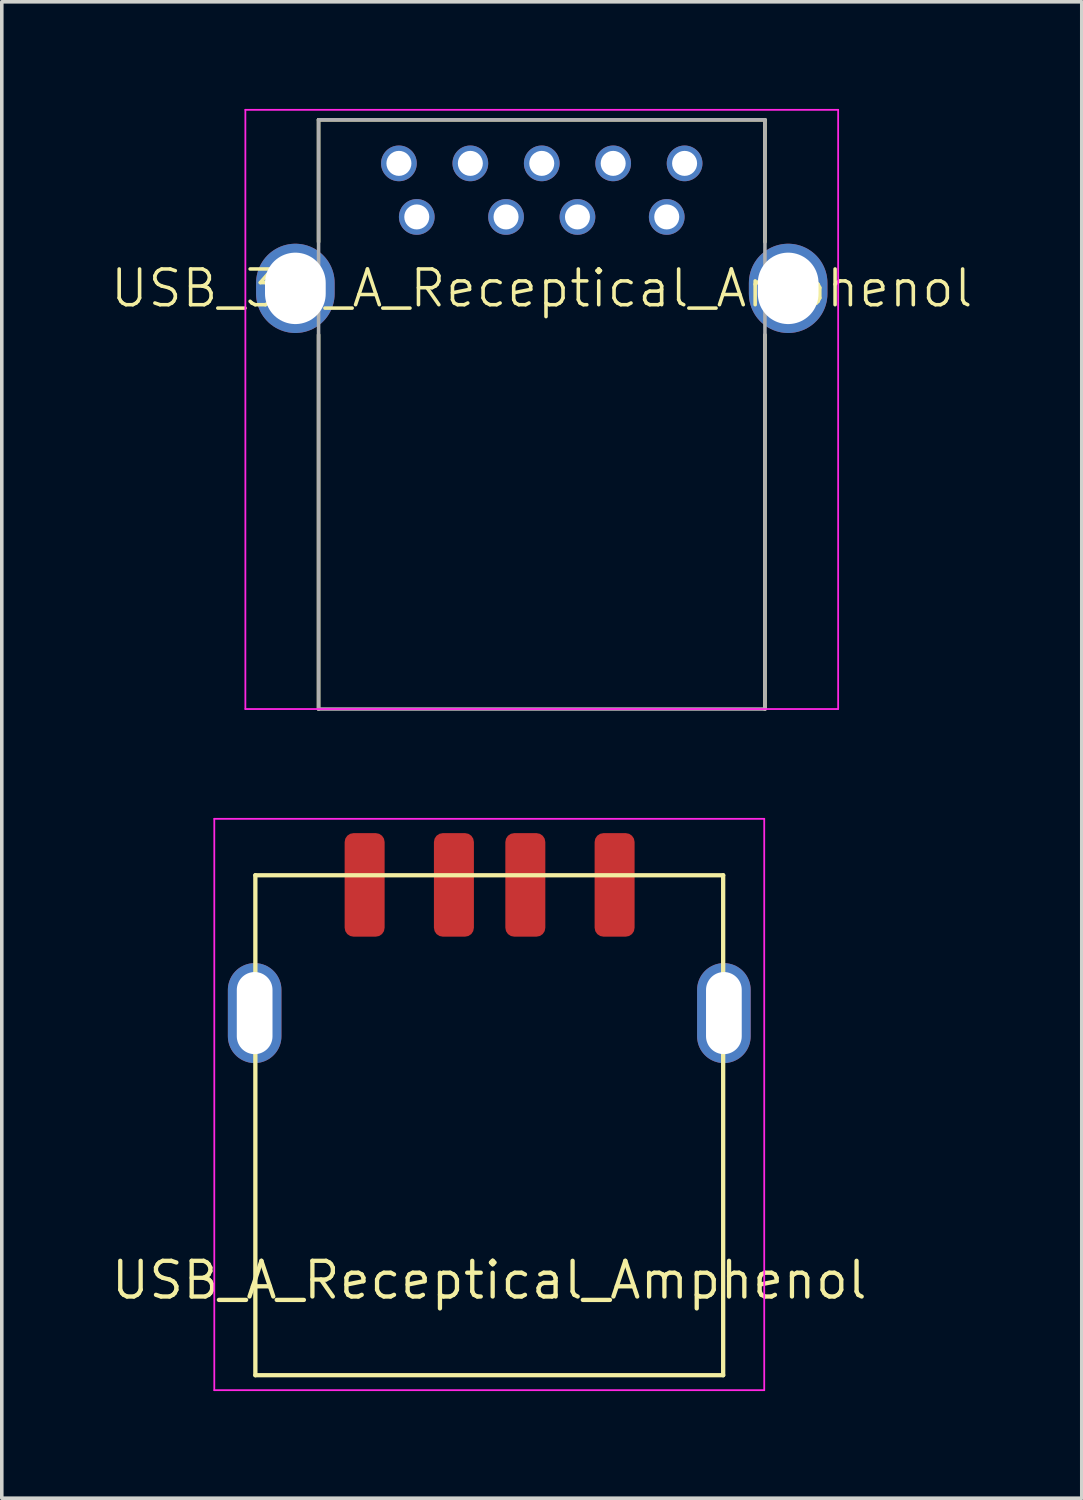
<source format=kicad_pcb>
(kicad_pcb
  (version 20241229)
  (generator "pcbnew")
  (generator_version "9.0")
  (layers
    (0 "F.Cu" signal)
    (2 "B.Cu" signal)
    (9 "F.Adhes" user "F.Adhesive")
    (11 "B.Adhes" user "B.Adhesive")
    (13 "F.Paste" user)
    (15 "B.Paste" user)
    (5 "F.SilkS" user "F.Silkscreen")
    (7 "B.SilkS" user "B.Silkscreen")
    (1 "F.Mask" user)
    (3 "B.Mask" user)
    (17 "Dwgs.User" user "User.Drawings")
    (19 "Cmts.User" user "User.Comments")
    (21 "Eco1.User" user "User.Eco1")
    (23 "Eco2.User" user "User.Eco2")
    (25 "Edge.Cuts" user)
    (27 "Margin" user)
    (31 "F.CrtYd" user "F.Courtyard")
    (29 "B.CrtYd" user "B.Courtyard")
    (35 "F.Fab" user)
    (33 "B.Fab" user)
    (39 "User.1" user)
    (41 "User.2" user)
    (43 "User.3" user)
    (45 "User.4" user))
  (footprint "USB_A_Receptical_Amphenol"
    (layer "F.Cu")
    (at 10.651 25.18)
    (property "Reference" "USB_A_Receptical_Amphenol" (at 0 7.62 0) (layer "F.SilkS") (effects (font (size 1 1) (thickness 0.12))))
    (attr through_hole)
    (fp_line (start -6.55 10.28) (end -6.55 -3.72) (stroke (width 0.12) (type solid)) (layer "F.SilkS"))
    (fp_line (start 6.55 -3.72) (end -6.55 -3.72) (stroke (width 0.12) (type solid)) (layer "F.SilkS"))
    (fp_line (start 6.55 -3.72) (end 6.55 10.28) (stroke (width 0.12) (type solid)) (layer "F.SilkS"))
    (fp_line (start 6.55 10.28) (end -6.55 10.28) (stroke (width 0.12) (type solid)) (layer "F.SilkS"))
    (fp_line (start -7.7 -5.3) (end -7.7 10.7) (stroke (width 0.05) (type solid)) (layer "F.CrtYd"))
    (fp_line (start -7.7 10.7) (end 7.7 10.7) (stroke (width 0.05) (type solid)) (layer "F.CrtYd"))
    (fp_line (start 7.7 -5.3) (end -7.7 -5.3) (stroke (width 0.05) (type solid)) (layer "F.CrtYd"))
    (fp_line (start 7.7 10.7) (end 7.7 -5.3) (stroke (width 0.05) (type solid)) (layer "F.CrtYd"))
    (pad "1" smd roundrect (at -3.49 -3.45) (size 1.12 2.9) (layers "F.Cu" "F.Mask" "F.Paste") (roundrect_rratio 0.223))
    (pad "2" smd roundrect (at -0.99 -3.45) (size 1.12 2.9) (layers "F.Cu" "F.Mask" "F.Paste") (roundrect_rratio 0.223))
    (pad "3" smd roundrect (at 1.01 -3.45) (size 1.12 2.9) (layers "F.Cu" "F.Mask" "F.Paste") (roundrect_rratio 0.223))
    (pad "4" smd roundrect (at 3.51 -3.45) (size 1.12 2.9) (layers "F.Cu" "F.Mask" "F.Paste") (roundrect_rratio 0.223))
    (pad "SHIELD" thru_hole oval (at -6.57 0.14) (size 1.5 2.8) (drill oval 1 2.3) (layers "*.Cu" "*.Mask"))
    (pad "SHIELD" thru_hole oval (at 6.57 0.14) (size 1.5 2.8) (drill oval 1 2.3) (layers "*.Cu" "*.Mask")))
  (footprint "USB_3.x_A_Receptical_Amphenol"
    (layer "F.Cu")
    (at 12.121 5.025)
    (property "Reference" "USB_3.x_A_Receptical_Amphenol" (at 0 0 0) (unlocked yes) (layer "F.SilkS") (effects (font (size 1 1) (thickness 0.1))))
    (attr through_hole)
    (fp_line (start -6.25 -4.72) (end 6.25 -4.72) (stroke (width 0.1) (type solid)) (layer "F.SilkS"))
    (fp_line (start -6.25 -1.3) (end -6.25 -4.72) (stroke (width 0.1) (type solid)) (layer "F.SilkS"))
    (fp_line (start -6.25 1.3) (end -6.25 11.78) (stroke (width 0.1) (type solid)) (layer "F.SilkS"))
    (fp_line (start 6.25 -1.3) (end 6.25 -4.72) (stroke (width 0.1) (type solid)) (layer "F.SilkS"))
    (fp_line (start 6.25 1.3) (end 6.25 11.78) (stroke (width 0.1) (type solid)) (layer "F.SilkS"))
    (fp_line (start -8.3 -5) (end 8.3 -5) (stroke (width 0.05) (type solid)) (layer "F.CrtYd"))
    (fp_line (start -8.3 11.78) (end -8.3 -5) (stroke (width 0.05) (type solid)) (layer "F.CrtYd"))
    (fp_line (start -8.3 11.78) (end 8.3 11.78) (stroke (width 0.05) (type solid)) (layer "F.CrtYd"))
    (fp_line (start 8.3 11.78) (end 8.3 -5) (stroke (width 0.05) (type solid)) (layer "F.CrtYd"))
    (fp_line (start -6.25 -4.72) (end -6.25 11.78) (stroke (width 0.1) (type solid)) (layer "F.Fab"))
    (fp_line (start -6.25 -4.72) (end 6.25 -4.72) (stroke (width 0.1) (type solid)) (layer "F.Fab"))
    (fp_line (start 6.25 -4.72) (end 6.25 11.78) (stroke (width 0.1) (type solid)) (layer "F.Fab"))
    (fp_line (start 6.25 11.78) (end -6.25 11.78) (stroke (width 0.1) (type solid)) (layer "F.Fab"))
    (pad "1" thru_hole circle (at -3.5 -2) (size 1 1) (drill 0.7) (layers "*.Cu" "*.Mask"))
    (pad "2" thru_hole circle (at -1 -2) (size 1 1) (drill 0.7) (layers "*.Cu" "*.Mask"))
    (pad "3" thru_hole circle (at 1 -2) (size 1 1) (drill 0.7) (layers "*.Cu" "*.Mask"))
    (pad "4" thru_hole circle (at 3.5 -2) (size 1 1) (drill 0.7) (layers "*.Cu" "*.Mask"))
    (pad "5" thru_hole circle (at 4 -3.5) (size 1 1) (drill 0.7) (layers "*.Cu" "*.Mask"))
    (pad "6" thru_hole circle (at 2 -3.5) (size 1 1) (drill 0.7) (layers "*.Cu" "*.Mask"))
    (pad "7" thru_hole circle (at 0 -3.5) (size 1 1) (drill 0.7) (layers "*.Cu" "*.Mask"))
    (pad "8" thru_hole circle (at -2 -3.5) (size 1 1) (drill 0.7) (layers "*.Cu" "*.Mask"))
    (pad "9" thru_hole circle (at -4 -3.5) (size 1 1) (drill 0.7) (layers "*.Cu" "*.Mask"))
    (pad "10" thru_hole oval (at -6.9 0) (size 2.2 2.5) (drill oval 1.7 2) (layers "*.Cu" "*.Mask"))
    (pad "10" thru_hole oval (at 6.9 0) (size 2.2 2.5) (drill oval 1.7 2) (layers "*.Cu" "*.Mask")))
  (gr_rect
    (start -3 -3)
    (end 27.243 38.905)
    (stroke (width 0.1) (type default))
    (fill no)
    (layer "Edge.Cuts")))
</source>
